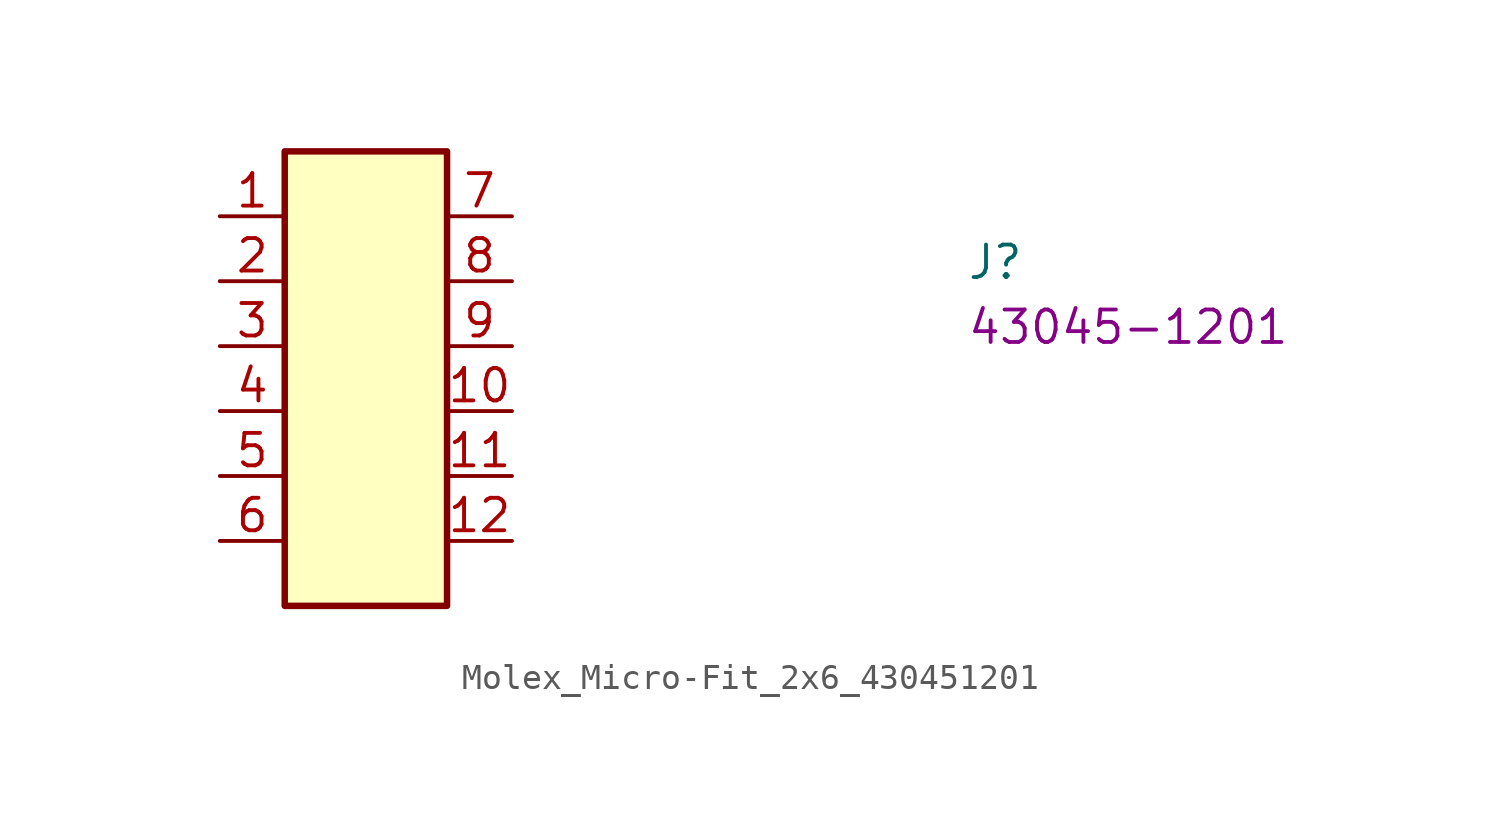
<source format=kicad_sym>
(kicad_symbol_lib
  (version 20220914)
  (generator kicad_symbol_editor)
  (symbol "Molex_Micro-Fit_2x6_430451201"
    (property "Reference" "J"
      (at 29.21 -2.54 0)
      (effects (font (size 1.27 1.27) (thickness 0.15)) (justify left bottom)))
    (property "MPN" "43045-1201"
      (at 29.21 -5.08 0)
      (effects (font (size 1.27 1.27) (thickness 0.15)) (justify left bottom)))
    (symbol "Molex_Micro-Fit_2x6_430451201_1_1"
      (rectangle (start 2.54 2.54) (end 8.89 -15.24) (stroke (width 0.254) (type default)) (fill (type background)))
      (pin input line (at 0 0 0) (length 2.54) (name "~" (effects (font (size 1.27 1.27)))) (number "1" (effects (font (size 1.27 1.27)))))
      (pin input line (at 11.43 -7.62 180) (length 2.54) (name "~" (effects (font (size 1.27 1.27)))) (number "10" (effects (font (size 1.27 1.27)))))
      (pin input line (at 11.43 -10.16 180) (length 2.54) (name "~" (effects (font (size 1.27 1.27)))) (number "11" (effects (font (size 1.27 1.27)))))
      (pin input line (at 11.43 -12.7 180) (length 2.54) (name "~" (effects (font (size 1.27 1.27)))) (number "12" (effects (font (size 1.27 1.27)))))
      (pin input line (at 0 -2.54 0) (length 2.54) (name "~" (effects (font (size 1.27 1.27)))) (number "2" (effects (font (size 1.27 1.27)))))
      (pin input line (at 0 -5.08 0) (length 2.54) (name "~" (effects (font (size 1.27 1.27)))) (number "3" (effects (font (size 1.27 1.27)))))
      (pin input line (at 0 -7.62 0) (length 2.54) (name "~" (effects (font (size 1.27 1.27)))) (number "4" (effects (font (size 1.27 1.27)))))
      (pin input line (at 0 -10.16 0) (length 2.54) (name "~" (effects (font (size 1.27 1.27)))) (number "5" (effects (font (size 1.27 1.27)))))
      (pin input line (at 0 -12.7 0) (length 2.54) (name "~" (effects (font (size 1.27 1.27)))) (number "6" (effects (font (size 1.27 1.27)))))
      (pin input line (at 11.43 0 180) (length 2.54) (name "~" (effects (font (size 1.27 1.27)))) (number "7" (effects (font (size 1.27 1.27)))))
      (pin input line (at 11.43 -2.54 180) (length 2.54) (name "~" (effects (font (size 1.27 1.27)))) (number "8" (effects (font (size 1.27 1.27)))))
      (pin input line (at 11.43 -5.08 180) (length 2.54) (name "~" (effects (font (size 1.27 1.27)))) (number "9" (effects (font (size 1.27 1.27))))))))
</source>
